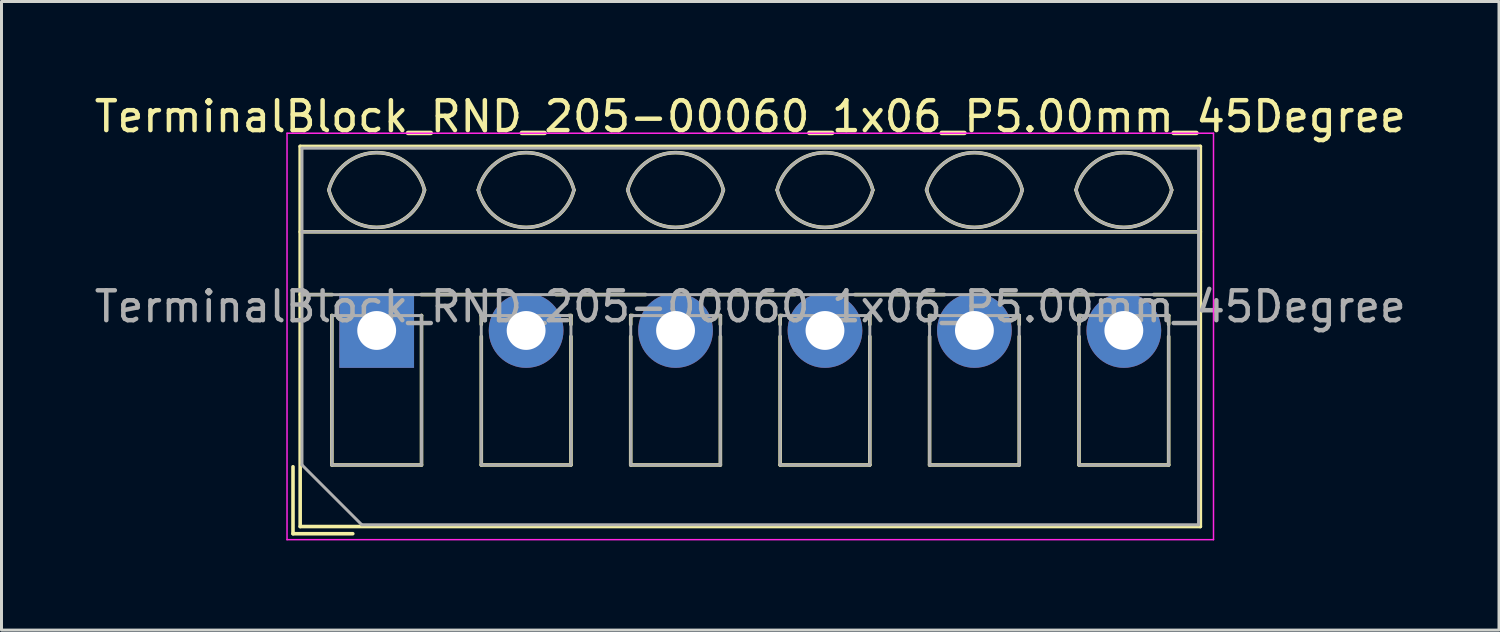
<source format=kicad_pcb>
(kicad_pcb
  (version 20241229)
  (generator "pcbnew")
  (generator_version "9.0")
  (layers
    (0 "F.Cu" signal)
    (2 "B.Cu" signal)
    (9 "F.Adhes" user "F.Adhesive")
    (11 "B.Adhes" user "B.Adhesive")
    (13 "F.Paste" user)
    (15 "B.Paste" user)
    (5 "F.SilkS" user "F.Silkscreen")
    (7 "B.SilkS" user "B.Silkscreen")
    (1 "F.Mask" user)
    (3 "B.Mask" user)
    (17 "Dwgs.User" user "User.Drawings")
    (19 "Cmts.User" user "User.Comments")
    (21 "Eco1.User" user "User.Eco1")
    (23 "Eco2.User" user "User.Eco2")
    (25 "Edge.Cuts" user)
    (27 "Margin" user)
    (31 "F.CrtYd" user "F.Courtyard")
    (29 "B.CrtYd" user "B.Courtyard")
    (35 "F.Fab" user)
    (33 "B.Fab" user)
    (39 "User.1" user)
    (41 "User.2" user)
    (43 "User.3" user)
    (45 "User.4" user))
  (footprint "TerminalBlock_RND_205-00060_1x06_P5.00mm_45Degree"
    (layer "F.Cu")
    (at 9.554 8.008)
    (property "Reference" "TerminalBlock_RND_205-00060_1x06_P5.00mm_45Degree" (at 12.5 -7.16 0) (layer "F.SilkS") (effects (font (size 1 1) (thickness 0.15))))
    (attr through_hole)
    (fp_line (start -2.8 4.56) (end -2.8 6.8) (stroke (width 0.12) (type solid)) (layer "F.SilkS"))
    (fp_line (start -2.8 6.8) (end -0.8 6.8) (stroke (width 0.12) (type solid)) (layer "F.SilkS"))
    (fp_line (start -2.56 -6.16) (end -2.56 6.56) (stroke (width 0.12) (type solid)) (layer "F.SilkS"))
    (fp_line (start -2.56 -6.16) (end 27.56 -6.16) (stroke (width 0.12) (type solid)) (layer "F.SilkS"))
    (fp_line (start -2.56 -3.301) (end 27.56 -3.301) (stroke (width 0.12) (type solid)) (layer "F.SilkS"))
    (fp_line (start -2.56 -1.201) (end -1.49 -1.201) (stroke (width 0.12) (type solid)) (layer "F.SilkS"))
    (fp_line (start -2.56 6.56) (end 27.56 6.56) (stroke (width 0.12) (type solid)) (layer "F.SilkS"))
    (fp_line (start -1.5 -0.5) (end -1.5 4.5) (stroke (width 0.12) (type solid)) (layer "F.SilkS"))
    (fp_line (start -1.5 -0.5) (end -1.49 -0.5) (stroke (width 0.12) (type solid)) (layer "F.SilkS"))
    (fp_line (start -1.5 4.5) (end 1.5 4.5) (stroke (width 0.12) (type solid)) (layer "F.SilkS"))
    (fp_line (start 1.49 -1.201) (end 4 -1.201) (stroke (width 0.12) (type solid)) (layer "F.SilkS"))
    (fp_line (start 1.49 -0.5) (end 1.5 -0.5) (stroke (width 0.12) (type solid)) (layer "F.SilkS"))
    (fp_line (start 1.5 -0.5) (end 1.5 4.5) (stroke (width 0.12) (type solid)) (layer "F.SilkS"))
    (fp_line (start 3.5 -0.5) (end 3.5 -0.202) (stroke (width 0.12) (type solid)) (layer "F.SilkS"))
    (fp_line (start 3.5 -0.5) (end 3.57 -0.5) (stroke (width 0.12) (type solid)) (layer "F.SilkS"))
    (fp_line (start 3.5 0.202) (end 3.5 4.5) (stroke (width 0.12) (type solid)) (layer "F.SilkS"))
    (fp_line (start 3.5 4.5) (end 6.5 4.5) (stroke (width 0.12) (type solid)) (layer "F.SilkS"))
    (fp_line (start 6.001 -1.201) (end 9 -1.201) (stroke (width 0.12) (type solid)) (layer "F.SilkS"))
    (fp_line (start 6.431 -0.5) (end 6.5 -0.5) (stroke (width 0.12) (type solid)) (layer "F.SilkS"))
    (fp_line (start 6.5 -0.5) (end 6.5 -0.202) (stroke (width 0.12) (type solid)) (layer "F.SilkS"))
    (fp_line (start 6.5 0.202) (end 6.5 4.5) (stroke (width 0.12) (type solid)) (layer "F.SilkS"))
    (fp_line (start 8.5 -0.5) (end 8.5 -0.202) (stroke (width 0.12) (type solid)) (layer "F.SilkS"))
    (fp_line (start 8.5 -0.5) (end 8.57 -0.5) (stroke (width 0.12) (type solid)) (layer "F.SilkS"))
    (fp_line (start 8.5 0.202) (end 8.5 4.5) (stroke (width 0.12) (type solid)) (layer "F.SilkS"))
    (fp_line (start 8.5 4.5) (end 11.5 4.5) (stroke (width 0.12) (type solid)) (layer "F.SilkS"))
    (fp_line (start 11.001 -1.201) (end 14 -1.201) (stroke (width 0.12) (type solid)) (layer "F.SilkS"))
    (fp_line (start 11.431 -0.5) (end 11.5 -0.5) (stroke (width 0.12) (type solid)) (layer "F.SilkS"))
    (fp_line (start 11.5 -0.5) (end 11.5 -0.202) (stroke (width 0.12) (type solid)) (layer "F.SilkS"))
    (fp_line (start 11.5 0.202) (end 11.5 4.5) (stroke (width 0.12) (type solid)) (layer "F.SilkS"))
    (fp_line (start 13.5 -0.5) (end 13.5 -0.202) (stroke (width 0.12) (type solid)) (layer "F.SilkS"))
    (fp_line (start 13.5 -0.5) (end 13.57 -0.5) (stroke (width 0.12) (type solid)) (layer "F.SilkS"))
    (fp_line (start 13.5 0.202) (end 13.5 4.5) (stroke (width 0.12) (type solid)) (layer "F.SilkS"))
    (fp_line (start 13.5 4.5) (end 16.5 4.5) (stroke (width 0.12) (type solid)) (layer "F.SilkS"))
    (fp_line (start 16.001 -1.201) (end 19 -1.201) (stroke (width 0.12) (type solid)) (layer "F.SilkS"))
    (fp_line (start 16.431 -0.5) (end 16.5 -0.5) (stroke (width 0.12) (type solid)) (layer "F.SilkS"))
    (fp_line (start 16.5 -0.5) (end 16.5 -0.202) (stroke (width 0.12) (type solid)) (layer "F.SilkS"))
    (fp_line (start 16.5 0.202) (end 16.5 4.5) (stroke (width 0.12) (type solid)) (layer "F.SilkS"))
    (fp_line (start 18.5 -0.5) (end 18.5 -0.202) (stroke (width 0.12) (type solid)) (layer "F.SilkS"))
    (fp_line (start 18.5 -0.5) (end 18.57 -0.5) (stroke (width 0.12) (type solid)) (layer "F.SilkS"))
    (fp_line (start 18.5 0.202) (end 18.5 4.5) (stroke (width 0.12) (type solid)) (layer "F.SilkS"))
    (fp_line (start 18.5 4.5) (end 21.5 4.5) (stroke (width 0.12) (type solid)) (layer "F.SilkS"))
    (fp_line (start 21.001 -1.201) (end 24 -1.201) (stroke (width 0.12) (type solid)) (layer "F.SilkS"))
    (fp_line (start 21.431 -0.5) (end 21.5 -0.5) (stroke (width 0.12) (type solid)) (layer "F.SilkS"))
    (fp_line (start 21.5 -0.5) (end 21.5 -0.202) (stroke (width 0.12) (type solid)) (layer "F.SilkS"))
    (fp_line (start 21.5 0.202) (end 21.5 4.5) (stroke (width 0.12) (type solid)) (layer "F.SilkS"))
    (fp_line (start 23.5 -0.5) (end 23.5 -0.202) (stroke (width 0.12) (type solid)) (layer "F.SilkS"))
    (fp_line (start 23.5 -0.5) (end 23.57 -0.5) (stroke (width 0.12) (type solid)) (layer "F.SilkS"))
    (fp_line (start 23.5 0.202) (end 23.5 4.5) (stroke (width 0.12) (type solid)) (layer "F.SilkS"))
    (fp_line (start 23.5 4.5) (end 26.5 4.5) (stroke (width 0.12) (type solid)) (layer "F.SilkS"))
    (fp_line (start 26.001 -1.201) (end 27.56 -1.201) (stroke (width 0.12) (type solid)) (layer "F.SilkS"))
    (fp_line (start 26.431 -0.5) (end 26.5 -0.5) (stroke (width 0.12) (type solid)) (layer "F.SilkS"))
    (fp_line (start 26.5 -0.5) (end 26.5 -0.202) (stroke (width 0.12) (type solid)) (layer "F.SilkS"))
    (fp_line (start 26.5 0.202) (end 26.5 4.5) (stroke (width 0.12) (type solid)) (layer "F.SilkS"))
    (fp_line (start 27.56 -6.16) (end 27.56 6.56) (stroke (width 0.12) (type solid)) (layer "F.SilkS"))
    (fp_arc (start -1.600914 -4.700344) (mid 0.000177 -5.95097) (end 1.601 -4.7) (stroke (width 0.12) (type solid)) (layer "F.SilkS"))
    (fp_arc (start 1.6 -4.7) (mid -0.000064 -3.45) (end -1.600031 -4.700125) (stroke (width 0.12) (type solid)) (layer "F.SilkS"))
    (fp_arc (start 3.399086 -4.700344) (mid 5.000177 -5.95097) (end 6.601 -4.7) (stroke (width 0.12) (type solid)) (layer "F.SilkS"))
    (fp_arc (start 6.6 -4.7) (mid 4.999936 -3.45) (end 3.399969 -4.700125) (stroke (width 0.12) (type solid)) (layer "F.SilkS"))
    (fp_arc (start 8.399086 -4.700344) (mid 10.000177 -5.95097) (end 11.601 -4.7) (stroke (width 0.12) (type solid)) (layer "F.SilkS"))
    (fp_arc (start 11.6 -4.7) (mid 9.999936 -3.45) (end 8.399969 -4.700125) (stroke (width 0.12) (type solid)) (layer "F.SilkS"))
    (fp_arc (start 13.399086 -4.700344) (mid 15.000177 -5.95097) (end 16.601 -4.7) (stroke (width 0.12) (type solid)) (layer "F.SilkS"))
    (fp_arc (start 16.6 -4.7) (mid 14.999936 -3.45) (end 13.399969 -4.700125) (stroke (width 0.12) (type solid)) (layer "F.SilkS"))
    (fp_arc (start 18.399086 -4.700344) (mid 20.000177 -5.95097) (end 21.601 -4.7) (stroke (width 0.12) (type solid)) (layer "F.SilkS"))
    (fp_arc (start 21.6 -4.7) (mid 19.999936 -3.45) (end 18.399969 -4.700125) (stroke (width 0.12) (type solid)) (layer "F.SilkS"))
    (fp_arc (start 23.399086 -4.700344) (mid 25.000177 -5.95097) (end 26.601 -4.7) (stroke (width 0.12) (type solid)) (layer "F.SilkS"))
    (fp_arc (start 26.6 -4.7) (mid 24.999936 -3.45) (end 23.399969 -4.700125) (stroke (width 0.12) (type solid)) (layer "F.SilkS"))
    (fp_line (start -3 -6.6) (end -3 7) (stroke (width 0.05) (type solid)) (layer "F.CrtYd"))
    (fp_line (start -3 7) (end 28 7) (stroke (width 0.05) (type solid)) (layer "F.CrtYd"))
    (fp_line (start 28 -6.6) (end -3 -6.6) (stroke (width 0.05) (type solid)) (layer "F.CrtYd"))
    (fp_line (start 28 7) (end 28 -6.6) (stroke (width 0.05) (type solid)) (layer "F.CrtYd"))
    (fp_line (start -2.5 -6.1) (end 27.5 -6.1) (stroke (width 0.1) (type solid)) (layer "F.Fab"))
    (fp_line (start -2.5 -3.3) (end 27.5 -3.3) (stroke (width 0.1) (type solid)) (layer "F.Fab"))
    (fp_line (start -2.5 -1.2) (end 27.5 -1.2) (stroke (width 0.1) (type solid)) (layer "F.Fab"))
    (fp_line (start -2.5 4.5) (end -2.5 -6.1) (stroke (width 0.1) (type solid)) (layer "F.Fab"))
    (fp_line (start -1.5 -0.5) (end -1.5 4.5) (stroke (width 0.1) (type solid)) (layer "F.Fab"))
    (fp_line (start -1.5 4.5) (end 1.5 4.5) (stroke (width 0.1) (type solid)) (layer "F.Fab"))
    (fp_line (start -0.5 6.5) (end -2.5 4.5) (stroke (width 0.1) (type solid)) (layer "F.Fab"))
    (fp_line (start 1.5 -0.5) (end -1.5 -0.5) (stroke (width 0.1) (type solid)) (layer "F.Fab"))
    (fp_line (start 1.5 4.5) (end 1.5 -0.5) (stroke (width 0.1) (type solid)) (layer "F.Fab"))
    (fp_line (start 3.5 -0.5) (end 3.5 4.5) (stroke (width 0.1) (type solid)) (layer "F.Fab"))
    (fp_line (start 3.5 4.5) (end 6.5 4.5) (stroke (width 0.1) (type solid)) (layer "F.Fab"))
    (fp_line (start 6.5 -0.5) (end 3.5 -0.5) (stroke (width 0.1) (type solid)) (layer "F.Fab"))
    (fp_line (start 6.5 4.5) (end 6.5 -0.5) (stroke (width 0.1) (type solid)) (layer "F.Fab"))
    (fp_line (start 8.5 -0.5) (end 8.5 4.5) (stroke (width 0.1) (type solid)) (layer "F.Fab"))
    (fp_line (start 8.5 4.5) (end 11.5 4.5) (stroke (width 0.1) (type solid)) (layer "F.Fab"))
    (fp_line (start 11.5 -0.5) (end 8.5 -0.5) (stroke (width 0.1) (type solid)) (layer "F.Fab"))
    (fp_line (start 11.5 4.5) (end 11.5 -0.5) (stroke (width 0.1) (type solid)) (layer "F.Fab"))
    (fp_line (start 13.5 -0.5) (end 13.5 4.5) (stroke (width 0.1) (type solid)) (layer "F.Fab"))
    (fp_line (start 13.5 4.5) (end 16.5 4.5) (stroke (width 0.1) (type solid)) (layer "F.Fab"))
    (fp_line (start 16.5 -0.5) (end 13.5 -0.5) (stroke (width 0.1) (type solid)) (layer "F.Fab"))
    (fp_line (start 16.5 4.5) (end 16.5 -0.5) (stroke (width 0.1) (type solid)) (layer "F.Fab"))
    (fp_line (start 18.5 -0.5) (end 18.5 4.5) (stroke (width 0.1) (type solid)) (layer "F.Fab"))
    (fp_line (start 18.5 4.5) (end 21.5 4.5) (stroke (width 0.1) (type solid)) (layer "F.Fab"))
    (fp_line (start 21.5 -0.5) (end 18.5 -0.5) (stroke (width 0.1) (type solid)) (layer "F.Fab"))
    (fp_line (start 21.5 4.5) (end 21.5 -0.5) (stroke (width 0.1) (type solid)) (layer "F.Fab"))
    (fp_line (start 23.5 -0.5) (end 23.5 4.5) (stroke (width 0.1) (type solid)) (layer "F.Fab"))
    (fp_line (start 23.5 4.5) (end 26.5 4.5) (stroke (width 0.1) (type solid)) (layer "F.Fab"))
    (fp_line (start 26.5 -0.5) (end 23.5 -0.5) (stroke (width 0.1) (type solid)) (layer "F.Fab"))
    (fp_line (start 26.5 4.5) (end 26.5 -0.5) (stroke (width 0.1) (type solid)) (layer "F.Fab"))
    (fp_line (start 27.5 -6.1) (end 27.5 6.5) (stroke (width 0.1) (type solid)) (layer "F.Fab"))
    (fp_line (start 27.5 6.5) (end -0.5 6.5) (stroke (width 0.1) (type solid)) (layer "F.Fab"))
    (fp_arc (start -1.600914 -4.700344) (mid 0.000177 -5.95097) (end 1.601 -4.7) (stroke (width 0.1) (type solid)) (layer "F.Fab"))
    (fp_arc (start 1.6 -4.7) (mid -0.000064 -3.45) (end -1.600031 -4.700125) (stroke (width 0.1) (type solid)) (layer "F.Fab"))
    (fp_arc (start 3.399086 -4.700344) (mid 5.000177 -5.95097) (end 6.601 -4.7) (stroke (width 0.1) (type solid)) (layer "F.Fab"))
    (fp_arc (start 6.6 -4.7) (mid 4.999936 -3.45) (end 3.399969 -4.700125) (stroke (width 0.1) (type solid)) (layer "F.Fab"))
    (fp_arc (start 8.399086 -4.700344) (mid 10.000177 -5.95097) (end 11.601 -4.7) (stroke (width 0.1) (type solid)) (layer "F.Fab"))
    (fp_arc (start 11.6 -4.7) (mid 9.999936 -3.45) (end 8.399969 -4.700125) (stroke (width 0.1) (type solid)) (layer "F.Fab"))
    (fp_arc (start 13.399086 -4.700344) (mid 15.000177 -5.95097) (end 16.601 -4.7) (stroke (width 0.1) (type solid)) (layer "F.Fab"))
    (fp_arc (start 16.6 -4.7) (mid 14.999936 -3.45) (end 13.399969 -4.700125) (stroke (width 0.1) (type solid)) (layer "F.Fab"))
    (fp_arc (start 18.399086 -4.700344) (mid 20.000177 -5.95097) (end 21.601 -4.7) (stroke (width 0.1) (type solid)) (layer "F.Fab"))
    (fp_arc (start 21.6 -4.7) (mid 19.999936 -3.45) (end 18.399969 -4.700125) (stroke (width 0.1) (type solid)) (layer "F.Fab"))
    (fp_arc (start 23.399086 -4.700344) (mid 25.000177 -5.95097) (end 26.601 -4.7) (stroke (width 0.1) (type solid)) (layer "F.Fab"))
    (fp_arc (start 26.6 -4.7) (mid 24.999936 -3.45) (end 23.399969 -4.700125) (stroke (width 0.1) (type solid)) (layer "F.Fab"))
    (fp_text user "${REFERENCE}" (at 12.5 -0.8 0) (layer "F.Fab") (effects (font (size 1 1) (thickness 0.15))))
    (pad "1" thru_hole rect (at 0 0) (size 2.5 2.5) (drill 1.3) (layers "*.Cu" "*.Mask"))
    (pad "2" thru_hole circle (at 5 0) (size 2.5 2.5) (drill 1.3) (layers "*.Cu" "*.Mask"))
    (pad "3" thru_hole circle (at 10 0) (size 2.5 2.5) (drill 1.3) (layers "*.Cu" "*.Mask"))
    (pad "4" thru_hole circle (at 15 0) (size 2.5 2.5) (drill 1.3) (layers "*.Cu" "*.Mask"))
    (pad "5" thru_hole circle (at 20 0) (size 2.5 2.5) (drill 1.3) (layers "*.Cu" "*.Mask"))
    (pad "6" thru_hole circle (at 25 0) (size 2.5 2.5) (drill 1.3) (layers "*.Cu" "*.Mask")))
  (gr_rect
    (start -3 -3)
    (end 47.107 18.033)
    (stroke (width 0.1) (type default))
    (fill no)
    (layer "Edge.Cuts")))
</source>
